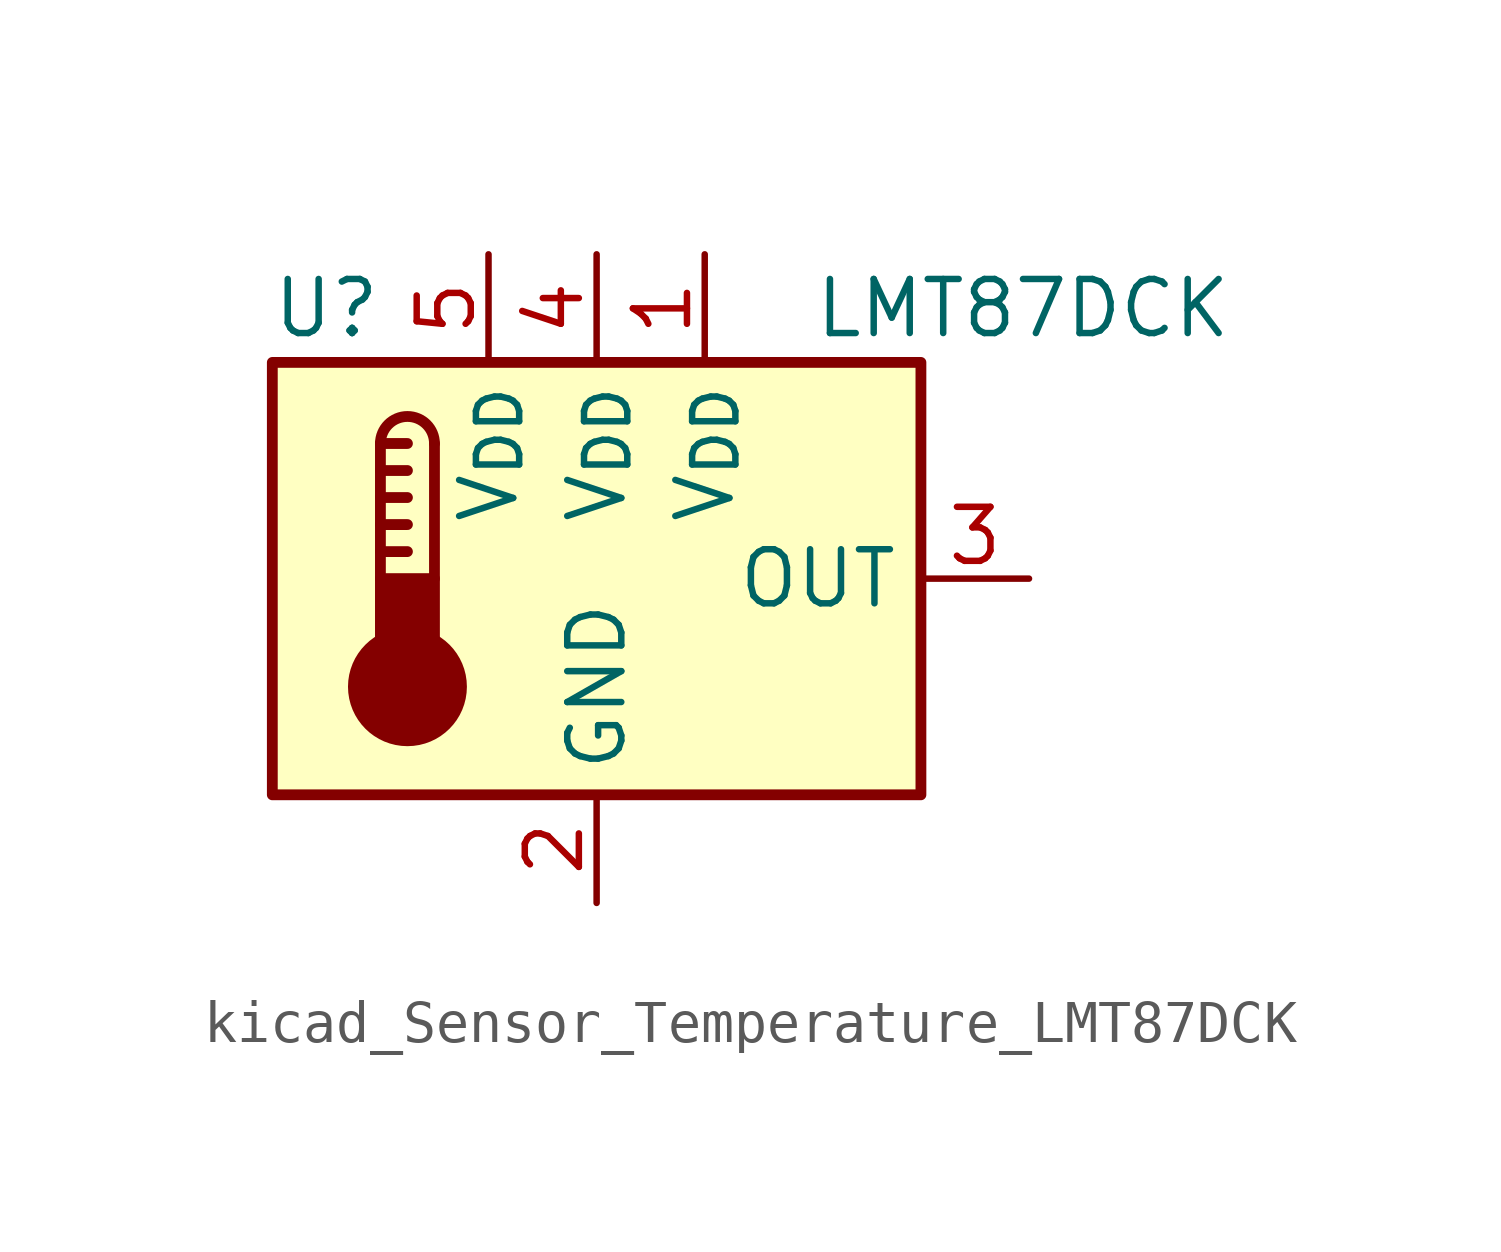
<source format=kicad_sym>
(kicad_symbol_lib
  (version 20220914)
  (generator kicad_symbol_editor)
  (symbol "kicad_Sensor_Temperature_LMT87DCK"
    (property "Reference" "U"
      (at -6.35 6.35 0)
      (effects (font (size 1.27 1.27))))
    (property "Value" "LMT87DCK"
      (at 5.08 6.35 0)
      (effects (font (size 1.27 1.27)) (justify left)))
    (symbol "kicad_Sensor_Temperature_LMT87DCK_0_1"
      (rectangle (start -7.62 5.08) (end 7.62 -5.08) (stroke (width 0.254) (type default)) (fill (type background)))
      (circle (center -4.445 -2.54) (radius 1.27) (stroke (width 0.254) (type default)) (fill (type outline)))
      (rectangle (start -3.81 -1.905) (end -5.08 0) (stroke (width 0.254) (type default)) (fill (type outline)))
      (arc (start -3.81 3.175) (mid -4.445 3.8073) (end -5.08 3.175) (stroke (width 0.254) (type default)) (fill (type none)))
      (polyline (pts (xy -5.08 0.635) (xy -4.445 0.635)) (stroke (width 0.254) (type default)) (fill (type none)))
      (polyline (pts (xy -5.08 1.27) (xy -4.445 1.27)) (stroke (width 0.254) (type default)) (fill (type none)))
      (polyline (pts (xy -5.08 1.905) (xy -4.445 1.905)) (stroke (width 0.254) (type default)) (fill (type none)))
      (polyline (pts (xy -5.08 2.54) (xy -4.445 2.54)) (stroke (width 0.254) (type default)) (fill (type none)))
      (polyline (pts (xy -5.08 3.175) (xy -5.08 0)) (stroke (width 0.254) (type default)) (fill (type none)))
      (polyline (pts (xy -5.08 3.175) (xy -4.445 3.175)) (stroke (width 0.254) (type default)) (fill (type none)))
      (polyline (pts (xy -3.81 3.175) (xy -3.81 0)) (stroke (width 0.254) (type default)) (fill (type none))))
    (symbol "kicad_Sensor_Temperature_LMT87DCK_1_1"
      (pin power_in line (at 2.54 7.62 270) (length 2.54) (name "V_{DD}" (effects (font (size 1.27 1.27)))) (number "1" (effects (font (size 1.27 1.27)))))
      (pin power_in line (at 0 -7.62 90) (length 2.54) (name "GND" (effects (font (size 1.27 1.27)))) (number "2" (effects (font (size 1.27 1.27)))))
      (pin output line (at 10.16 0 180) (length 2.54) (name "OUT" (effects (font (size 1.27 1.27)))) (number "3" (effects (font (size 1.27 1.27)))))
      (pin power_in line (at 0 7.62 270) (length 2.54) (name "V_{DD}" (effects (font (size 1.27 1.27)))) (number "4" (effects (font (size 1.27 1.27)))))
      (pin power_in line (at -2.54 7.62 270) (length 2.54) (name "V_{DD}" (effects (font (size 1.27 1.27)))) (number "5" (effects (font (size 1.27 1.27))))))))
</source>
